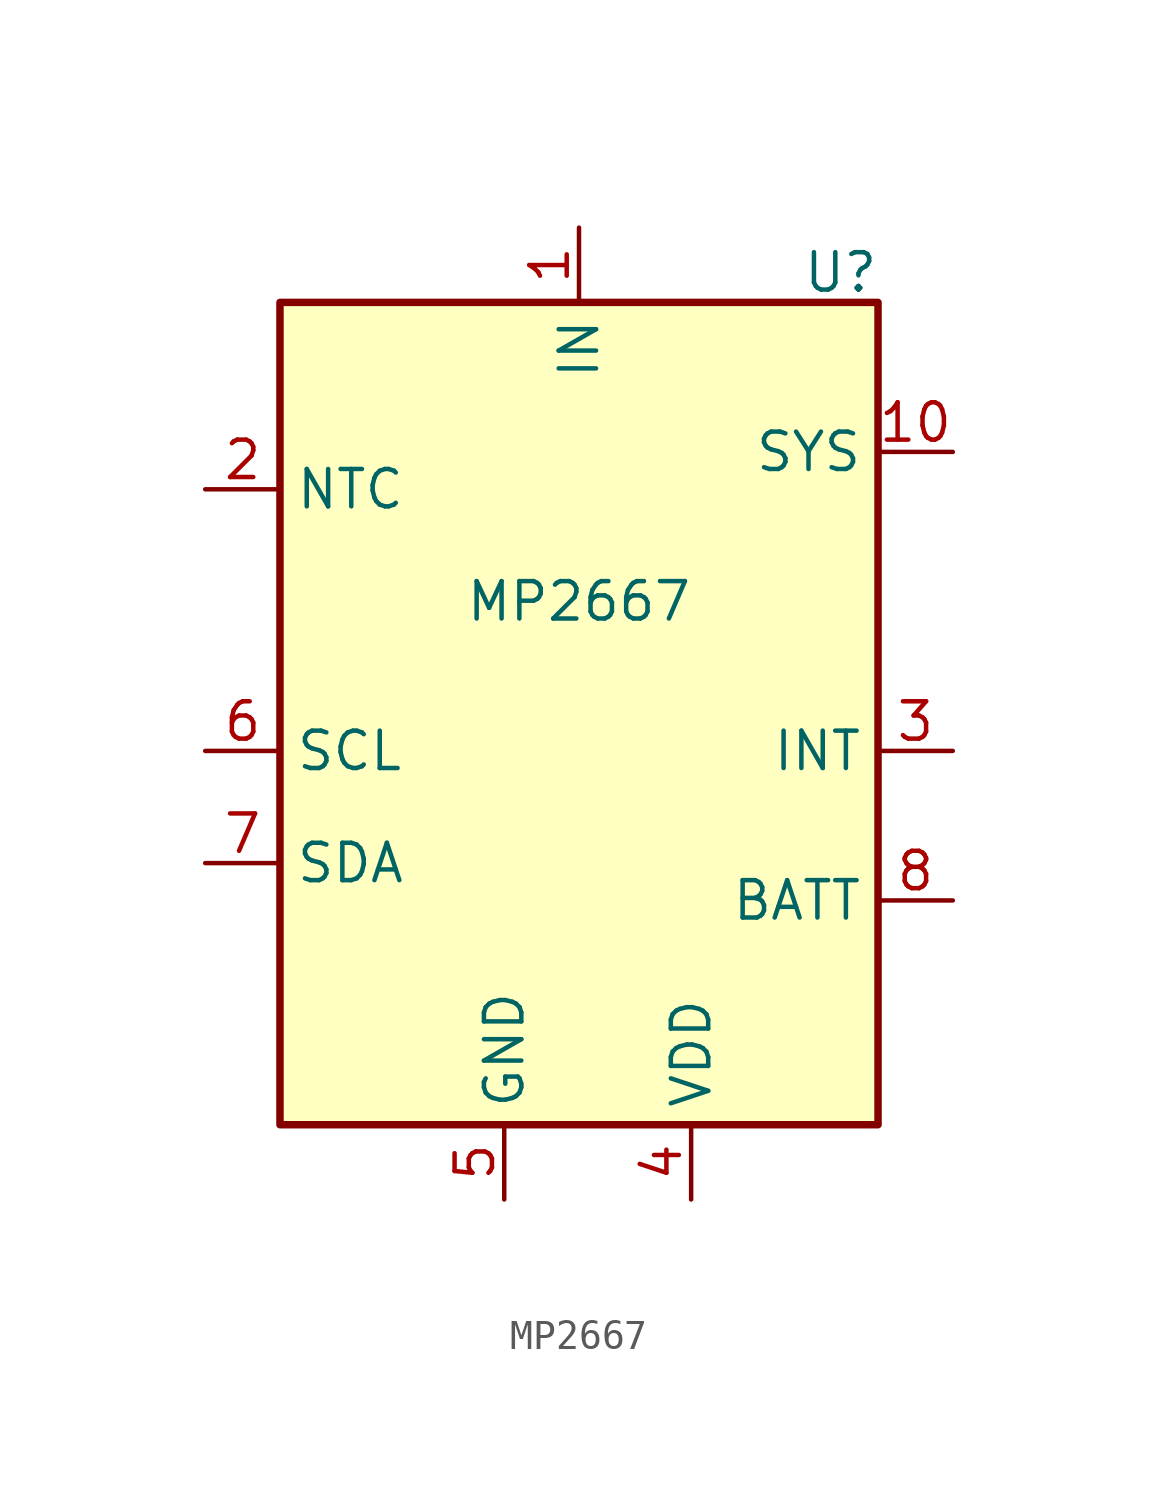
<source format=kicad_sym>
(kicad_symbol_lib
  (version 20241209)
  (generator "kicad_symbol_editor")
  (generator_version "9.0")
  (symbol "MP2667"
    (property "Reference" "U"
      (at 8.89 9.906 0)
      (effects (font (size 1.27 1.27))))
    (property "Value" "MP2667"
      (at 0 -1.27 0)
      (effects (font (size 1.27 1.27))))
    (symbol "MP2667_1_1"
      (rectangle (start -10.16 8.89) (end 10.16 -19.05) (stroke (width 0.254) (type solid)) (fill (type background)))
      (pin input line (at -12.7 2.54 0) (length 2.54) (name "NTC" (effects (font (size 1.27 1.27)))) (number "2" (effects (font (size 1.27 1.27)))))
      (pin input line (at -12.7 -6.35 0) (length 2.54) (name "SCL" (effects (font (size 1.27 1.27)))) (number "6" (effects (font (size 1.27 1.27)))))
      (pin bidirectional line (at -12.7 -10.16 0) (length 2.54) (name "SDA" (effects (font (size 1.27 1.27)))) (number "7" (effects (font (size 1.27 1.27)))))
      (pin power_in line (at -2.54 -21.59 90) (length 2.54) (name "GND" (effects (font (size 1.27 1.27)))) (number "5" (effects (font (size 1.27 1.27)))))
      (pin power_in line (at 0 11.43 270) (length 2.54) (name "IN" (effects (font (size 1.27 1.27)))) (number "1" (effects (font (size 1.27 1.27)))))
      (pin power_out line (at 3.81 -21.59 90) (length 2.54) (name "VDD" (effects (font (size 1.27 1.27)))) (number "4" (effects (font (size 1.27 1.27)))))
      (pin power_out line (at 12.7 3.81 180) (length 2.54) (name "SYS" (effects (font (size 1.27 1.27)))) (number "10" (effects (font (size 1.27 1.27)))))
      (pin open_collector line (at 12.7 -6.35 180) (length 2.54) (name "INT" (effects (font (size 1.27 1.27)))) (number "3" (effects (font (size 1.27 1.27)))))
      (pin power_in line (at 12.7 -11.43 180) (length 2.54) (name "BATT" (effects (font (size 1.27 1.27)))) (number "8" (effects (font (size 1.27 1.27)))))
      (pin passive line (at 12.7 -11.43 180) (length 2.54) (hide yes) (name "BATT" (effects (font (size 1.27 1.27)))) (number "9" (effects (font (size 1.27 1.27))))))))
</source>
